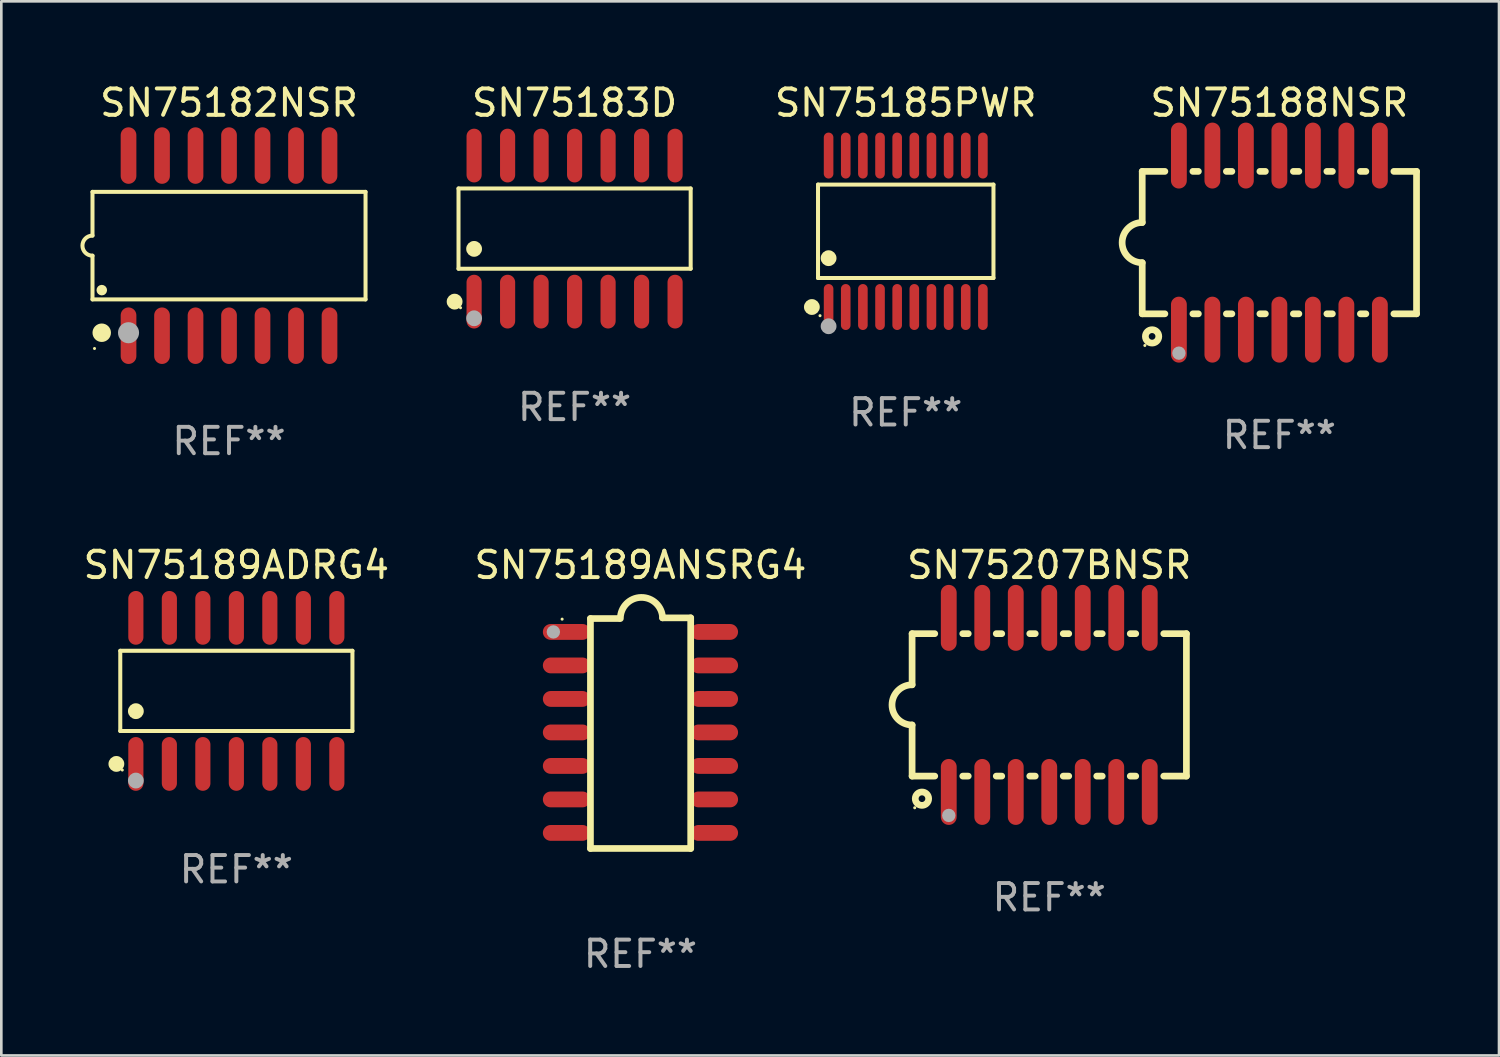
<source format=kicad_pcb>
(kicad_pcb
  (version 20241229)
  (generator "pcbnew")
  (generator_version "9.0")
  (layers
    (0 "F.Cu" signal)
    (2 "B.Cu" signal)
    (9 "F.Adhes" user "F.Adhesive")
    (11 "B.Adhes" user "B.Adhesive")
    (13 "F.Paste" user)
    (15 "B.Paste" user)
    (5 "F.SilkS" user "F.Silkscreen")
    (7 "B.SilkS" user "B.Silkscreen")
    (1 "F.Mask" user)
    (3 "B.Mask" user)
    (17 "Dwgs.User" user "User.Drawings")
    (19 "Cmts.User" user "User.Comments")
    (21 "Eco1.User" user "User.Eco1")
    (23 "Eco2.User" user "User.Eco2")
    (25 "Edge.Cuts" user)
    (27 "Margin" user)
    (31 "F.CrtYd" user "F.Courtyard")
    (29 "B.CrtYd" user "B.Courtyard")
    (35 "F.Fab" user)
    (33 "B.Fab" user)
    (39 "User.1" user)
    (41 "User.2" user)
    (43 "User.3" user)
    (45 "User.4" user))
  (footprint "SN75207BNSR"
    (layer "F.Cu")
    (at 36.731 23.675)
    (property "Reference" "SN75207BNSR" (at 0 -5.3 0) (layer "F.SilkS") (effects (font (size 1 1) (thickness 0.15))))
    (attr through_hole)
    (fp_line (start -5.2 -2.7) (end -5.2 -0.762) (stroke (width 0.254) (type solid)) (layer "F.SilkS"))
    (fp_line (start -5.2 -2.7) (end -4.341 -2.7) (stroke (width 0.254) (type solid)) (layer "F.SilkS"))
    (fp_line (start -5.2 2.7) (end -5.2 0.762) (stroke (width 0.254) (type solid)) (layer "F.SilkS"))
    (fp_line (start -4.341 2.7) (end -5.2 2.7) (stroke (width 0.254) (type solid)) (layer "F.SilkS"))
    (fp_line (start -3.279 -2.7) (end -3.071 -2.7) (stroke (width 0.254) (type solid)) (layer "F.SilkS"))
    (fp_line (start -3.071 2.7) (end -3.279 2.7) (stroke (width 0.254) (type solid)) (layer "F.SilkS"))
    (fp_line (start -2.009 -2.7) (end -1.801 -2.7) (stroke (width 0.254) (type solid)) (layer "F.SilkS"))
    (fp_line (start -1.801 2.7) (end -2.009 2.7) (stroke (width 0.254) (type solid)) (layer "F.SilkS"))
    (fp_line (start -0.739 -2.7) (end -0.531 -2.7) (stroke (width 0.254) (type solid)) (layer "F.SilkS"))
    (fp_line (start -0.531 2.7) (end -0.739 2.7) (stroke (width 0.254) (type solid)) (layer "F.SilkS"))
    (fp_line (start 0.531 -2.7) (end 0.739 -2.7) (stroke (width 0.254) (type solid)) (layer "F.SilkS"))
    (fp_line (start 0.739 2.7) (end 0.531 2.7) (stroke (width 0.254) (type solid)) (layer "F.SilkS"))
    (fp_line (start 1.801 -2.7) (end 2.009 -2.7) (stroke (width 0.254) (type solid)) (layer "F.SilkS"))
    (fp_line (start 2.009 2.7) (end 1.801 2.7) (stroke (width 0.254) (type solid)) (layer "F.SilkS"))
    (fp_line (start 3.071 -2.7) (end 3.279 -2.7) (stroke (width 0.254) (type solid)) (layer "F.SilkS"))
    (fp_line (start 3.279 2.7) (end 3.071 2.7) (stroke (width 0.254) (type solid)) (layer "F.SilkS"))
    (fp_line (start 4.341 -2.7) (end 5.2 -2.7) (stroke (width 0.254) (type solid)) (layer "F.SilkS"))
    (fp_line (start 5.2 2.7) (end 4.341 2.7) (stroke (width 0.254) (type solid)) (layer "F.SilkS"))
    (fp_line (start 5.2 2.7) (end 5.2 -2.7) (stroke (width 0.254) (type solid)) (layer "F.SilkS"))
    (fp_arc (start -5.2 0.762002) (mid -5.961393 -0.000305) (end -5.199391 -0.762002) (stroke (width 0.254001) (type solid)) (layer "F.SilkS"))
    (fp_circle (center -5.1 3.9) (end -5.07 3.9) (stroke (width 0.06) (type solid)) (fill no) (layer "F.SilkS"))
    (fp_circle (center -4.826 3.556) (end -4.572 3.556) (stroke (width 0.254) (type solid)) (fill no) (layer "F.SilkS"))
    (fp_circle (center -3.81 4.191) (end -3.683 4.191) (stroke (width 0.254) (type solid)) (fill no) (layer "F.Fab"))
    (fp_text user "REF**" (at 0 7.3 0) (layer "F.Fab") (effects (font (size 1 1) (thickness 0.15))))
    (pad "1" smd oval (at -3.81 3.3) (size 0.6 2.5) (layers "F.Cu" "F.Mask" "F.Paste"))
    (pad "2" smd oval (at -2.54 3.3) (size 0.6 2.5) (layers "F.Cu" "F.Mask" "F.Paste"))
    (pad "3" smd oval (at -1.27 3.3) (size 0.6 2.5) (layers "F.Cu" "F.Mask" "F.Paste"))
    (pad "4" smd oval (at 0 3.3) (size 0.6 2.5) (layers "F.Cu" "F.Mask" "F.Paste"))
    (pad "5" smd oval (at 1.27 3.3) (size 0.6 2.5) (layers "F.Cu" "F.Mask" "F.Paste"))
    (pad "6" smd oval (at 2.54 3.3) (size 0.6 2.5) (layers "F.Cu" "F.Mask" "F.Paste"))
    (pad "7" smd oval (at 3.81 3.3) (size 0.6 2.5) (layers "F.Cu" "F.Mask" "F.Paste"))
    (pad "8" smd oval (at 3.81 -3.3) (size 0.6 2.5) (layers "F.Cu" "F.Mask" "F.Paste"))
    (pad "9" smd oval (at 2.54 -3.3) (size 0.6 2.5) (layers "F.Cu" "F.Mask" "F.Paste"))
    (pad "10" smd oval (at 1.27 -3.3) (size 0.6 2.5) (layers "F.Cu" "F.Mask" "F.Paste"))
    (pad "11" smd oval (at 0 -3.3) (size 0.6 2.5) (layers "F.Cu" "F.Mask" "F.Paste"))
    (pad "12" smd oval (at -1.27 -3.3) (size 0.6 2.5) (layers "F.Cu" "F.Mask" "F.Paste"))
    (pad "13" smd oval (at -2.54 -3.3) (size 0.6 2.5) (layers "F.Cu" "F.Mask" "F.Paste"))
    (pad "14" smd oval (at -3.81 -3.3) (size 0.6 2.5) (layers "F.Cu" "F.Mask" "F.Paste")))
  (footprint "SN75183D"
    (layer "F.Cu")
    (at 18.735 5.617)
    (property "Reference" "SN75183D" (at 0 -4.769 0) (layer "F.SilkS") (effects (font (size 1 1) (thickness 0.15))))
    (attr through_hole)
    (fp_line (start -4.401 -1.521) (end 4.401 -1.521) (stroke (width 0.152) (type solid)) (layer "F.SilkS"))
    (fp_line (start -4.401 1.521) (end -4.401 -1.521) (stroke (width 0.152) (type solid)) (layer "F.SilkS"))
    (fp_line (start 4.401 -1.521) (end 4.401 1.521) (stroke (width 0.152) (type solid)) (layer "F.SilkS"))
    (fp_line (start 4.401 1.521) (end -4.401 1.521) (stroke (width 0.152) (type solid)) (layer "F.SilkS"))
    (fp_circle (center -4.549 2.769) (end -4.399 2.769) (stroke (width 0.3) (type solid)) (fill no) (layer "F.SilkS"))
    (fp_circle (center -4.325 3) (end -4.295 3) (stroke (width 0.06) (type solid)) (fill no) (layer "F.SilkS"))
    (fp_circle (center -3.81 0.769) (end -3.66 0.769) (stroke (width 0.3) (type solid)) (fill no) (layer "F.SilkS"))
    (fp_circle (center -3.81 3.4) (end -3.66 3.4) (stroke (width 0.3) (type solid)) (fill no) (layer "F.Fab"))
    (fp_text user "REF**" (at 0 6.769 0) (layer "F.Fab") (effects (font (size 1 1) (thickness 0.15))))
    (pad "1" smd oval (at -3.81 2.769) (size 0.574 2.038) (layers "F.Cu" "F.Mask" "F.Paste"))
    (pad "2" smd oval (at -2.54 2.769) (size 0.574 2.038) (layers "F.Cu" "F.Mask" "F.Paste"))
    (pad "3" smd oval (at -1.27 2.769) (size 0.574 2.038) (layers "F.Cu" "F.Mask" "F.Paste"))
    (pad "4" smd oval (at 0 2.769) (size 0.574 2.038) (layers "F.Cu" "F.Mask" "F.Paste"))
    (pad "5" smd oval (at 1.27 2.769) (size 0.574 2.038) (layers "F.Cu" "F.Mask" "F.Paste"))
    (pad "6" smd oval (at 2.54 2.769) (size 0.574 2.038) (layers "F.Cu" "F.Mask" "F.Paste"))
    (pad "7" smd oval (at 3.81 2.769) (size 0.574 2.038) (layers "F.Cu" "F.Mask" "F.Paste"))
    (pad "8" smd oval (at 3.81 -2.769) (size 0.574 2.038) (layers "F.Cu" "F.Mask" "F.Paste"))
    (pad "9" smd oval (at 2.54 -2.769) (size 0.574 2.038) (layers "F.Cu" "F.Mask" "F.Paste"))
    (pad "10" smd oval (at 1.27 -2.769) (size 0.574 2.038) (layers "F.Cu" "F.Mask" "F.Paste"))
    (pad "11" smd oval (at 0 -2.769) (size 0.574 2.038) (layers "F.Cu" "F.Mask" "F.Paste"))
    (pad "12" smd oval (at -1.27 -2.769) (size 0.574 2.038) (layers "F.Cu" "F.Mask" "F.Paste"))
    (pad "13" smd oval (at -2.54 -2.769) (size 0.574 2.038) (layers "F.Cu" "F.Mask" "F.Paste"))
    (pad "14" smd oval (at -3.81 -2.769) (size 0.574 2.038) (layers "F.Cu" "F.Mask" "F.Paste")))
  (footprint "SN75189ADRG4"
    (layer "F.Cu")
    (at 5.911 23.144)
    (property "Reference" "SN75189ADRG4" (at 0 -4.769 0) (layer "F.SilkS") (effects (font (size 1 1) (thickness 0.15))))
    (attr through_hole)
    (fp_line (start -4.401 -1.521) (end 4.401 -1.521) (stroke (width 0.152) (type solid)) (layer "F.SilkS"))
    (fp_line (start -4.401 1.521) (end -4.401 -1.521) (stroke (width 0.152) (type solid)) (layer "F.SilkS"))
    (fp_line (start 4.401 -1.521) (end 4.401 1.521) (stroke (width 0.152) (type solid)) (layer "F.SilkS"))
    (fp_line (start 4.401 1.521) (end -4.401 1.521) (stroke (width 0.152) (type solid)) (layer "F.SilkS"))
    (fp_circle (center -4.549 2.769) (end -4.399 2.769) (stroke (width 0.3) (type solid)) (fill no) (layer "F.SilkS"))
    (fp_circle (center -4.325 3) (end -4.295 3) (stroke (width 0.06) (type solid)) (fill no) (layer "F.SilkS"))
    (fp_circle (center -3.81 0.769) (end -3.66 0.769) (stroke (width 0.3) (type solid)) (fill no) (layer "F.SilkS"))
    (fp_circle (center -3.81 3.4) (end -3.66 3.4) (stroke (width 0.3) (type solid)) (fill no) (layer "F.Fab"))
    (fp_text user "REF**" (at 0 6.769 0) (layer "F.Fab") (effects (font (size 1 1) (thickness 0.15))))
    (pad "1" smd oval (at -3.81 2.769) (size 0.574 2.038) (layers "F.Cu" "F.Mask" "F.Paste"))
    (pad "2" smd oval (at -2.54 2.769) (size 0.574 2.038) (layers "F.Cu" "F.Mask" "F.Paste"))
    (pad "3" smd oval (at -1.27 2.769) (size 0.574 2.038) (layers "F.Cu" "F.Mask" "F.Paste"))
    (pad "4" smd oval (at 0 2.769) (size 0.574 2.038) (layers "F.Cu" "F.Mask" "F.Paste"))
    (pad "5" smd oval (at 1.27 2.769) (size 0.574 2.038) (layers "F.Cu" "F.Mask" "F.Paste"))
    (pad "6" smd oval (at 2.54 2.769) (size 0.574 2.038) (layers "F.Cu" "F.Mask" "F.Paste"))
    (pad "7" smd oval (at 3.81 2.769) (size 0.574 2.038) (layers "F.Cu" "F.Mask" "F.Paste"))
    (pad "8" smd oval (at 3.81 -2.769) (size 0.574 2.038) (layers "F.Cu" "F.Mask" "F.Paste"))
    (pad "9" smd oval (at 2.54 -2.769) (size 0.574 2.038) (layers "F.Cu" "F.Mask" "F.Paste"))
    (pad "10" smd oval (at 1.27 -2.769) (size 0.574 2.038) (layers "F.Cu" "F.Mask" "F.Paste"))
    (pad "11" smd oval (at 0 -2.769) (size 0.574 2.038) (layers "F.Cu" "F.Mask" "F.Paste"))
    (pad "12" smd oval (at -1.27 -2.769) (size 0.574 2.038) (layers "F.Cu" "F.Mask" "F.Paste"))
    (pad "13" smd oval (at -2.54 -2.769) (size 0.574 2.038) (layers "F.Cu" "F.Mask" "F.Paste"))
    (pad "14" smd oval (at -3.81 -2.769) (size 0.574 2.038) (layers "F.Cu" "F.Mask" "F.Paste")))
  (footprint "SN75188NSR"
    (layer "F.Cu")
    (at 45.456 6.148)
    (property "Reference" "SN75188NSR" (at 0 -5.3 0) (layer "F.SilkS") (effects (font (size 1 1) (thickness 0.15))))
    (attr through_hole)
    (fp_line (start -5.2 -2.7) (end -5.2 -0.762) (stroke (width 0.254) (type solid)) (layer "F.SilkS"))
    (fp_line (start -5.2 -2.7) (end -4.341 -2.7) (stroke (width 0.254) (type solid)) (layer "F.SilkS"))
    (fp_line (start -5.2 2.7) (end -5.2 0.762) (stroke (width 0.254) (type solid)) (layer "F.SilkS"))
    (fp_line (start -4.341 2.7) (end -5.2 2.7) (stroke (width 0.254) (type solid)) (layer "F.SilkS"))
    (fp_line (start -3.279 -2.7) (end -3.071 -2.7) (stroke (width 0.254) (type solid)) (layer "F.SilkS"))
    (fp_line (start -3.071 2.7) (end -3.279 2.7) (stroke (width 0.254) (type solid)) (layer "F.SilkS"))
    (fp_line (start -2.009 -2.7) (end -1.801 -2.7) (stroke (width 0.254) (type solid)) (layer "F.SilkS"))
    (fp_line (start -1.801 2.7) (end -2.009 2.7) (stroke (width 0.254) (type solid)) (layer "F.SilkS"))
    (fp_line (start -0.739 -2.7) (end -0.531 -2.7) (stroke (width 0.254) (type solid)) (layer "F.SilkS"))
    (fp_line (start -0.531 2.7) (end -0.739 2.7) (stroke (width 0.254) (type solid)) (layer "F.SilkS"))
    (fp_line (start 0.531 -2.7) (end 0.739 -2.7) (stroke (width 0.254) (type solid)) (layer "F.SilkS"))
    (fp_line (start 0.739 2.7) (end 0.531 2.7) (stroke (width 0.254) (type solid)) (layer "F.SilkS"))
    (fp_line (start 1.801 -2.7) (end 2.009 -2.7) (stroke (width 0.254) (type solid)) (layer "F.SilkS"))
    (fp_line (start 2.009 2.7) (end 1.801 2.7) (stroke (width 0.254) (type solid)) (layer "F.SilkS"))
    (fp_line (start 3.071 -2.7) (end 3.279 -2.7) (stroke (width 0.254) (type solid)) (layer "F.SilkS"))
    (fp_line (start 3.279 2.7) (end 3.071 2.7) (stroke (width 0.254) (type solid)) (layer "F.SilkS"))
    (fp_line (start 4.341 -2.7) (end 5.2 -2.7) (stroke (width 0.254) (type solid)) (layer "F.SilkS"))
    (fp_line (start 5.2 2.7) (end 4.341 2.7) (stroke (width 0.254) (type solid)) (layer "F.SilkS"))
    (fp_line (start 5.2 2.7) (end 5.2 -2.7) (stroke (width 0.254) (type solid)) (layer "F.SilkS"))
    (fp_arc (start -5.2 0.762002) (mid -5.961393 -0.000305) (end -5.199391 -0.762002) (stroke (width 0.254001) (type solid)) (layer "F.SilkS"))
    (fp_circle (center -5.1 3.9) (end -5.07 3.9) (stroke (width 0.06) (type solid)) (fill no) (layer "F.SilkS"))
    (fp_circle (center -4.826 3.556) (end -4.572 3.556) (stroke (width 0.254) (type solid)) (fill no) (layer "F.SilkS"))
    (fp_circle (center -3.81 4.191) (end -3.683 4.191) (stroke (width 0.254) (type solid)) (fill no) (layer "F.Fab"))
    (fp_text user "REF**" (at 0 7.3 0) (layer "F.Fab") (effects (font (size 1 1) (thickness 0.15))))
    (pad "1" smd oval (at -3.81 3.3) (size 0.6 2.5) (layers "F.Cu" "F.Mask" "F.Paste"))
    (pad "2" smd oval (at -2.54 3.3) (size 0.6 2.5) (layers "F.Cu" "F.Mask" "F.Paste"))
    (pad "3" smd oval (at -1.27 3.3) (size 0.6 2.5) (layers "F.Cu" "F.Mask" "F.Paste"))
    (pad "4" smd oval (at 0 3.3) (size 0.6 2.5) (layers "F.Cu" "F.Mask" "F.Paste"))
    (pad "5" smd oval (at 1.27 3.3) (size 0.6 2.5) (layers "F.Cu" "F.Mask" "F.Paste"))
    (pad "6" smd oval (at 2.54 3.3) (size 0.6 2.5) (layers "F.Cu" "F.Mask" "F.Paste"))
    (pad "7" smd oval (at 3.81 3.3) (size 0.6 2.5) (layers "F.Cu" "F.Mask" "F.Paste"))
    (pad "8" smd oval (at 3.81 -3.3) (size 0.6 2.5) (layers "F.Cu" "F.Mask" "F.Paste"))
    (pad "9" smd oval (at 2.54 -3.3) (size 0.6 2.5) (layers "F.Cu" "F.Mask" "F.Paste"))
    (pad "10" smd oval (at 1.27 -3.3) (size 0.6 2.5) (layers "F.Cu" "F.Mask" "F.Paste"))
    (pad "11" smd oval (at 0 -3.3) (size 0.6 2.5) (layers "F.Cu" "F.Mask" "F.Paste"))
    (pad "12" smd oval (at -1.27 -3.3) (size 0.6 2.5) (layers "F.Cu" "F.Mask" "F.Paste"))
    (pad "13" smd oval (at -2.54 -3.3) (size 0.6 2.5) (layers "F.Cu" "F.Mask" "F.Paste"))
    (pad "14" smd oval (at -3.81 -3.3) (size 0.6 2.5) (layers "F.Cu" "F.Mask" "F.Paste")))
  (footprint "SN75182NSR"
    (layer "F.Cu")
    (at 5.633 6.263)
    (property "Reference" "SN75182NSR" (at 0 -5.415 0) (layer "F.SilkS") (effects (font (size 1 1) (thickness 0.15))))
    (attr through_hole)
    (fp_line (start -5.176 -2.039) (end 5.176 -2.039) (stroke (width 0.152) (type solid)) (layer "F.SilkS"))
    (fp_line (start -5.176 -0.381) (end -5.176 -2.039) (stroke (width 0.152) (type solid)) (layer "F.SilkS"))
    (fp_line (start -5.176 0.381) (end -5.176 2.039) (stroke (width 0.152) (type solid)) (layer "F.SilkS"))
    (fp_line (start 5.176 -2.039) (end 5.176 2.039) (stroke (width 0.152) (type solid)) (layer "F.SilkS"))
    (fp_line (start 5.176 2.039) (end -5.176 2.039) (stroke (width 0.152) (type solid)) (layer "F.SilkS"))
    (fp_arc (start -5.1762 0.381001) (mid -5.557201 0) (end -5.1762 -0.381001) (stroke (width 0.151994) (type solid)) (layer "F.SilkS"))
    (fp_circle (center -5.1 3.9) (end -5.07 3.9) (stroke (width 0.06) (type solid)) (fill no) (layer "F.SilkS"))
    (fp_circle (center -4.826 3.302) (end -4.651 3.302) (stroke (width 0.35) (type solid)) (fill no) (layer "F.SilkS"))
    (fp_circle (center -4.824 1.687) (end -4.724 1.687) (stroke (width 0.2) (type solid)) (fill no) (layer "F.SilkS"))
    (fp_circle (center -3.81 3.302) (end -3.61 3.302) (stroke (width 0.4) (type solid)) (fill no) (layer "F.Fab"))
    (fp_text user "REF**" (at 0 7.415 0) (layer "F.Fab") (effects (font (size 1 1) (thickness 0.15))))
    (pad "1" smd oval (at -3.81 3.415) (size 0.595 2.142) (layers "F.Cu" "F.Mask" "F.Paste"))
    (pad "2" smd oval (at -2.54 3.415) (size 0.595 2.142) (layers "F.Cu" "F.Mask" "F.Paste"))
    (pad "3" smd oval (at -1.27 3.415) (size 0.595 2.142) (layers "F.Cu" "F.Mask" "F.Paste"))
    (pad "4" smd oval (at 0 3.415) (size 0.595 2.142) (layers "F.Cu" "F.Mask" "F.Paste"))
    (pad "5" smd oval (at 1.27 3.415) (size 0.595 2.142) (layers "F.Cu" "F.Mask" "F.Paste"))
    (pad "6" smd oval (at 2.54 3.415) (size 0.595 2.142) (layers "F.Cu" "F.Mask" "F.Paste"))
    (pad "7" smd oval (at 3.81 3.415) (size 0.595 2.142) (layers "F.Cu" "F.Mask" "F.Paste"))
    (pad "8" smd oval (at 3.81 -3.415) (size 0.595 2.142) (layers "F.Cu" "F.Mask" "F.Paste"))
    (pad "9" smd oval (at 2.54 -3.415) (size 0.595 2.142) (layers "F.Cu" "F.Mask" "F.Paste"))
    (pad "10" smd oval (at 1.27 -3.415) (size 0.595 2.142) (layers "F.Cu" "F.Mask" "F.Paste"))
    (pad "11" smd oval (at 0 -3.415) (size 0.595 2.142) (layers "F.Cu" "F.Mask" "F.Paste"))
    (pad "12" smd oval (at -1.27 -3.415) (size 0.595 2.142) (layers "F.Cu" "F.Mask" "F.Paste"))
    (pad "13" smd oval (at -2.54 -3.415) (size 0.595 2.142) (layers "F.Cu" "F.Mask" "F.Paste"))
    (pad "14" smd oval (at -3.81 -3.415) (size 0.595 2.142) (layers "F.Cu" "F.Mask" "F.Paste")))
  (footprint "SN75185PWR"
    (layer "F.Cu")
    (at 31.29 5.719)
    (property "Reference" "SN75185PWR" (at 0 -4.871 0) (layer "F.SilkS") (effects (font (size 1 1) (thickness 0.15))))
    (attr through_hole)
    (fp_line (start -3.326 -1.771) (end 3.326 -1.771) (stroke (width 0.152) (type solid)) (layer "F.SilkS"))
    (fp_line (start -3.326 1.771) (end -3.326 -1.771) (stroke (width 0.152) (type solid)) (layer "F.SilkS"))
    (fp_line (start 3.326 -1.771) (end 3.326 1.771) (stroke (width 0.152) (type solid)) (layer "F.SilkS"))
    (fp_line (start 3.326 1.771) (end -3.326 1.771) (stroke (width 0.152) (type solid)) (layer "F.SilkS"))
    (fp_circle (center -3.559 2.871) (end -3.409 2.871) (stroke (width 0.3) (type solid)) (fill no) (layer "F.SilkS"))
    (fp_circle (center -3.25 3.2) (end -3.22 3.2) (stroke (width 0.06) (type solid)) (fill no) (layer "F.SilkS"))
    (fp_circle (center -2.925 1.019) (end -2.775 1.019) (stroke (width 0.3) (type solid)) (fill no) (layer "F.SilkS"))
    (fp_circle (center -2.925 3.6) (end -2.775 3.6) (stroke (width 0.3) (type solid)) (fill no) (layer "F.Fab"))
    (fp_text user "REF**" (at 0 6.871 0) (layer "F.Fab") (effects (font (size 1 1) (thickness 0.15))))
    (pad "1" smd oval (at -2.925 2.871) (size 0.364 1.742) (layers "F.Cu" "F.Mask" "F.Paste"))
    (pad "2" smd oval (at -2.275 2.871) (size 0.364 1.742) (layers "F.Cu" "F.Mask" "F.Paste"))
    (pad "3" smd oval (at -1.625 2.871) (size 0.364 1.742) (layers "F.Cu" "F.Mask" "F.Paste"))
    (pad "4" smd oval (at -0.975 2.871) (size 0.364 1.742) (layers "F.Cu" "F.Mask" "F.Paste"))
    (pad "5" smd oval (at -0.325 2.871) (size 0.364 1.742) (layers "F.Cu" "F.Mask" "F.Paste"))
    (pad "6" smd oval (at 0.325 2.871) (size 0.364 1.742) (layers "F.Cu" "F.Mask" "F.Paste"))
    (pad "7" smd oval (at 0.975 2.871) (size 0.364 1.742) (layers "F.Cu" "F.Mask" "F.Paste"))
    (pad "8" smd oval (at 1.625 2.871) (size 0.364 1.742) (layers "F.Cu" "F.Mask" "F.Paste"))
    (pad "9" smd oval (at 2.275 2.871) (size 0.364 1.742) (layers "F.Cu" "F.Mask" "F.Paste"))
    (pad "10" smd oval (at 2.925 2.871) (size 0.364 1.742) (layers "F.Cu" "F.Mask" "F.Paste"))
    (pad "11" smd oval (at 2.925 -2.871) (size 0.364 1.742) (layers "F.Cu" "F.Mask" "F.Paste"))
    (pad "12" smd oval (at 2.275 -2.871) (size 0.364 1.742) (layers "F.Cu" "F.Mask" "F.Paste"))
    (pad "13" smd oval (at 1.625 -2.871) (size 0.364 1.742) (layers "F.Cu" "F.Mask" "F.Paste"))
    (pad "14" smd oval (at 0.975 -2.871) (size 0.364 1.742) (layers "F.Cu" "F.Mask" "F.Paste"))
    (pad "15" smd oval (at 0.325 -2.871) (size 0.364 1.742) (layers "F.Cu" "F.Mask" "F.Paste"))
    (pad "16" smd oval (at -0.325 -2.871) (size 0.364 1.742) (layers "F.Cu" "F.Mask" "F.Paste"))
    (pad "17" smd oval (at -0.975 -2.871) (size 0.364 1.742) (layers "F.Cu" "F.Mask" "F.Paste"))
    (pad "18" smd oval (at -1.625 -2.871) (size 0.364 1.742) (layers "F.Cu" "F.Mask" "F.Paste"))
    (pad "19" smd oval (at -2.275 -2.871) (size 0.364 1.742) (layers "F.Cu" "F.Mask" "F.Paste"))
    (pad "20" smd oval (at -2.925 -2.871) (size 0.364 1.742) (layers "F.Cu" "F.Mask" "F.Paste")))
  (footprint "SN75189ANSRG4"
    (layer "F.Cu")
    (at 21.232 24.747)
    (property "Reference" "SN75189ANSRG4" (at 0 -6.372 0) (layer "F.SilkS") (effects (font (size 1 1) (thickness 0.15))))
    (attr through_hole)
    (fp_line (start -1.896 -4.346) (end -0.813 -4.346) (stroke (width 0.254) (type solid)) (layer "F.SilkS"))
    (fp_line (start -1.896 4.372) (end -1.896 -4.346) (stroke (width 0.254) (type solid)) (layer "F.SilkS"))
    (fp_line (start 0.838 -4.372) (end 1.905 -4.372) (stroke (width 0.254) (type solid)) (layer "F.SilkS"))
    (fp_line (start 1.905 -4.372) (end 1.905 4.372) (stroke (width 0.254) (type solid)) (layer "F.SilkS"))
    (fp_line (start 1.905 4.372) (end -1.896 4.372) (stroke (width 0.254) (type solid)) (layer "F.SilkS"))
    (fp_arc (start -0.761799 -4.346291) (mid 0.025807 -5.146222) (end 0.838405 -4.371692) (stroke (width 0.254001) (type solid)) (layer "F.SilkS"))
    (fp_circle (center -2.97 -4.323) (end -2.94 -4.323) (stroke (width 0.06) (type solid)) (fill no) (layer "F.SilkS"))
    (fp_circle (center -3.302 -3.838) (end -3.175 -3.838) (stroke (width 0.254) (type solid)) (fill no) (layer "F.Fab"))
    (fp_text user "REF**" (at 0 8.372 0) (layer "F.Fab") (effects (font (size 1 1) (thickness 0.15))))
    (pad "1" smd oval (at -2.8 -3.838) (size 1.8 0.6) (layers "F.Cu" "F.Mask" "F.Paste"))
    (pad "2" smd oval (at -2.8 -2.568) (size 1.8 0.6) (layers "F.Cu" "F.Mask" "F.Paste"))
    (pad "3" smd oval (at -2.8 -1.298) (size 1.8 0.6) (layers "F.Cu" "F.Mask" "F.Paste"))
    (pad "4" smd oval (at -2.8 -0.028) (size 1.8 0.6) (layers "F.Cu" "F.Mask" "F.Paste"))
    (pad "5" smd oval (at -2.8 1.242) (size 1.8 0.6) (layers "F.Cu" "F.Mask" "F.Paste"))
    (pad "6" smd oval (at -2.8 2.512) (size 1.8 0.6) (layers "F.Cu" "F.Mask" "F.Paste"))
    (pad "7" smd oval (at -2.8 3.782) (size 1.8 0.6) (layers "F.Cu" "F.Mask" "F.Paste"))
    (pad "8" smd oval (at 2.8 3.782) (size 1.8 0.6) (layers "F.Cu" "F.Mask" "F.Paste"))
    (pad "9" smd oval (at 2.8 2.512) (size 1.8 0.6) (layers "F.Cu" "F.Mask" "F.Paste"))
    (pad "10" smd oval (at 2.8 1.242) (size 1.8 0.6) (layers "F.Cu" "F.Mask" "F.Paste"))
    (pad "11" smd oval (at 2.8 -0.028) (size 1.8 0.6) (layers "F.Cu" "F.Mask" "F.Paste"))
    (pad "12" smd oval (at 2.8 -1.298) (size 1.8 0.6) (layers "F.Cu" "F.Mask" "F.Paste"))
    (pad "13" smd oval (at 2.8 -2.568) (size 1.8 0.6) (layers "F.Cu" "F.Mask" "F.Paste"))
    (pad "14" smd oval (at 2.8 -3.838) (size 1.8 0.6) (layers "F.Cu" "F.Mask" "F.Paste")))
  (gr_rect
    (start -3 -3)
    (end 53.783 36.967)
    (stroke (width 0.1) (type default))
    (fill no)
    (layer "Edge.Cuts")))
</source>
